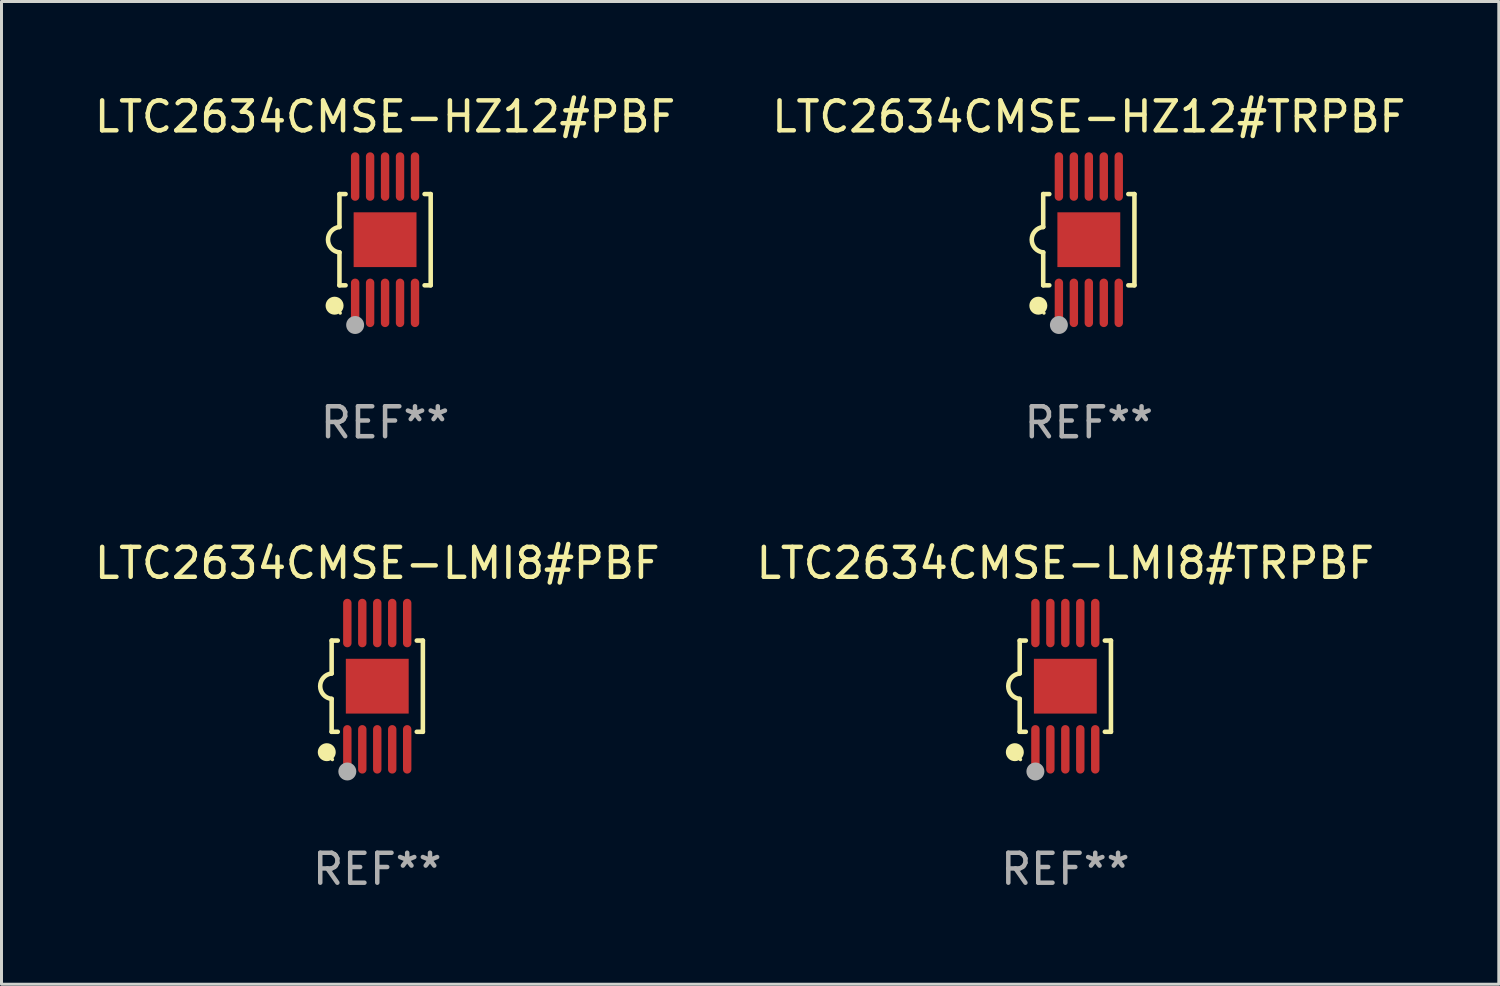
<source format=kicad_pcb>
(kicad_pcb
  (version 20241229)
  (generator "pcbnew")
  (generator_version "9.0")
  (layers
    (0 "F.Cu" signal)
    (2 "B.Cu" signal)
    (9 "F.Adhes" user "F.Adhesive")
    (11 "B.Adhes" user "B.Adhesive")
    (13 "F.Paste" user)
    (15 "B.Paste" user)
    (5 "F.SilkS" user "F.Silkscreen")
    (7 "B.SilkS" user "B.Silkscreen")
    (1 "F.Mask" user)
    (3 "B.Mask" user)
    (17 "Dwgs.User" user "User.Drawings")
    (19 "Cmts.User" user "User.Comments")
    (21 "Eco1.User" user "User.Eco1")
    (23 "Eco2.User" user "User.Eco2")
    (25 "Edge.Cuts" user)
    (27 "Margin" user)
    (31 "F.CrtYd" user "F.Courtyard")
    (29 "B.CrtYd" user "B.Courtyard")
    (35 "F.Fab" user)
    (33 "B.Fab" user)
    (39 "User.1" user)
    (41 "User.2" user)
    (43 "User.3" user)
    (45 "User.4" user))
  (footprint "LTC2634CMSE-LMI8#TRPBF"
    (layer "F.Cu")
    (at 32.542 19.875)
    (property "Reference" "LTC2634CMSE-LMI8#TRPBF" (at 0 -4.11 0) (layer "F.SilkS") (effects (font (size 1 1) (thickness 0.15))))
    (attr through_hole)
    (fp_line (start -1.524 -1.524) (end -1.524 -0.424) (stroke (width 0.152) (type solid)) (layer "F.SilkS"))
    (fp_line (start -1.524 1.524) (end -1.524 0.424) (stroke (width 0.152) (type solid)) (layer "F.SilkS"))
    (fp_line (start -1.524 1.524) (end -1.32 1.524) (stroke (width 0.152) (type solid)) (layer "F.SilkS"))
    (fp_line (start -1.32 -1.524) (end -1.524 -1.524) (stroke (width 0.152) (type solid)) (layer "F.SilkS"))
    (fp_line (start 1.32 1.524) (end 1.524 1.524) (stroke (width 0.152) (type solid)) (layer "F.SilkS"))
    (fp_line (start 1.524 -1.524) (end 1.32 -1.524) (stroke (width 0.152) (type solid)) (layer "F.SilkS"))
    (fp_line (start 1.524 1.524) (end 1.524 -1.524) (stroke (width 0.152) (type solid)) (layer "F.SilkS"))
    (fp_arc (start -1.524003 0.424003) (mid -1.906663 -0.000089) (end -1.524004 -0.424181) (stroke (width 0.151994) (type solid)) (layer "F.SilkS"))
    (fp_circle (center -1.687 2.205) (end -1.537 2.205) (stroke (width 0.3) (type solid)) (fill no) (layer "F.SilkS"))
    (fp_circle (center -1.5 2.45) (end -1.47 2.45) (stroke (width 0.06) (type solid)) (fill no) (layer "F.SilkS"))
    (fp_circle (center -1 2.85) (end -0.85 2.85) (stroke (width 0.3) (type solid)) (fill no) (layer "F.Fab"))
    (fp_text user "REF**" (at 0 6.11 0) (layer "F.Fab") (effects (font (size 1 1) (thickness 0.15))))
    (pad "1" smd oval (at -1 2.11) (size 0.28 1.62) (layers "F.Cu" "F.Mask" "F.Paste"))
    (pad "2" smd oval (at -0.5 2.11) (size 0.28 1.62) (layers "F.Cu" "F.Mask" "F.Paste"))
    (pad "3" smd oval (at 0 2.11) (size 0.28 1.62) (layers "F.Cu" "F.Mask" "F.Paste"))
    (pad "4" smd oval (at 0.5 2.11) (size 0.28 1.62) (layers "F.Cu" "F.Mask" "F.Paste"))
    (pad "5" smd oval (at 1 2.11) (size 0.28 1.62) (layers "F.Cu" "F.Mask" "F.Paste"))
    (pad "6" smd oval (at 1 -2.11) (size 0.28 1.62) (layers "F.Cu" "F.Mask" "F.Paste"))
    (pad "7" smd oval (at 0.5 -2.11) (size 0.28 1.62) (layers "F.Cu" "F.Mask" "F.Paste"))
    (pad "8" smd oval (at 0 -2.11) (size 0.28 1.62) (layers "F.Cu" "F.Mask" "F.Paste"))
    (pad "9" smd oval (at -0.5 -2.11) (size 0.28 1.62) (layers "F.Cu" "F.Mask" "F.Paste"))
    (pad "10" smd oval (at -1 -2.11) (size 0.28 1.62) (layers "F.Cu" "F.Mask" "F.Paste"))
    (pad "11" smd rect (at 0 0) (size 2.1 1.83) (layers "F.Cu" "F.Mask" "F.Paste")))
  (footprint "LTC2634CMSE-HZ12#TRPBF"
    (layer "F.Cu")
    (at 33.327 4.958)
    (property "Reference" "LTC2634CMSE-HZ12#TRPBF" (at 0 -4.11 0) (layer "F.SilkS") (effects (font (size 1 1) (thickness 0.15))))
    (attr through_hole)
    (fp_line (start -1.524 -1.524) (end -1.524 -0.424) (stroke (width 0.152) (type solid)) (layer "F.SilkS"))
    (fp_line (start -1.524 1.524) (end -1.524 0.424) (stroke (width 0.152) (type solid)) (layer "F.SilkS"))
    (fp_line (start -1.524 1.524) (end -1.32 1.524) (stroke (width 0.152) (type solid)) (layer "F.SilkS"))
    (fp_line (start -1.32 -1.524) (end -1.524 -1.524) (stroke (width 0.152) (type solid)) (layer "F.SilkS"))
    (fp_line (start 1.32 1.524) (end 1.524 1.524) (stroke (width 0.152) (type solid)) (layer "F.SilkS"))
    (fp_line (start 1.524 -1.524) (end 1.32 -1.524) (stroke (width 0.152) (type solid)) (layer "F.SilkS"))
    (fp_line (start 1.524 1.524) (end 1.524 -1.524) (stroke (width 0.152) (type solid)) (layer "F.SilkS"))
    (fp_arc (start -1.524003 0.424003) (mid -1.906663 -0.000089) (end -1.524004 -0.424181) (stroke (width 0.151994) (type solid)) (layer "F.SilkS"))
    (fp_circle (center -1.687 2.205) (end -1.537 2.205) (stroke (width 0.3) (type solid)) (fill no) (layer "F.SilkS"))
    (fp_circle (center -1.5 2.45) (end -1.47 2.45) (stroke (width 0.06) (type solid)) (fill no) (layer "F.SilkS"))
    (fp_circle (center -1 2.85) (end -0.85 2.85) (stroke (width 0.3) (type solid)) (fill no) (layer "F.Fab"))
    (fp_text user "REF**" (at 0 6.11 0) (layer "F.Fab") (effects (font (size 1 1) (thickness 0.15))))
    (pad "1" smd oval (at -1 2.11) (size 0.28 1.62) (layers "F.Cu" "F.Mask" "F.Paste"))
    (pad "2" smd oval (at -0.5 2.11) (size 0.28 1.62) (layers "F.Cu" "F.Mask" "F.Paste"))
    (pad "3" smd oval (at 0 2.11) (size 0.28 1.62) (layers "F.Cu" "F.Mask" "F.Paste"))
    (pad "4" smd oval (at 0.5 2.11) (size 0.28 1.62) (layers "F.Cu" "F.Mask" "F.Paste"))
    (pad "5" smd oval (at 1 2.11) (size 0.28 1.62) (layers "F.Cu" "F.Mask" "F.Paste"))
    (pad "6" smd oval (at 1 -2.11) (size 0.28 1.62) (layers "F.Cu" "F.Mask" "F.Paste"))
    (pad "7" smd oval (at 0.5 -2.11) (size 0.28 1.62) (layers "F.Cu" "F.Mask" "F.Paste"))
    (pad "8" smd oval (at 0 -2.11) (size 0.28 1.62) (layers "F.Cu" "F.Mask" "F.Paste"))
    (pad "9" smd oval (at -0.5 -2.11) (size 0.28 1.62) (layers "F.Cu" "F.Mask" "F.Paste"))
    (pad "10" smd oval (at -1 -2.11) (size 0.28 1.62) (layers "F.Cu" "F.Mask" "F.Paste"))
    (pad "11" smd rect (at 0 0) (size 2.1 1.83) (layers "F.Cu" "F.Mask" "F.Paste")))
  (footprint "LTC2634CMSE-LMI8#PBF"
    (layer "F.Cu")
    (at 9.554 19.875)
    (property "Reference" "LTC2634CMSE-LMI8#PBF" (at 0 -4.11 0) (layer "F.SilkS") (effects (font (size 1 1) (thickness 0.15))))
    (attr through_hole)
    (fp_line (start -1.524 -1.524) (end -1.524 -0.424) (stroke (width 0.152) (type solid)) (layer "F.SilkS"))
    (fp_line (start -1.524 1.524) (end -1.524 0.424) (stroke (width 0.152) (type solid)) (layer "F.SilkS"))
    (fp_line (start -1.524 1.524) (end -1.32 1.524) (stroke (width 0.152) (type solid)) (layer "F.SilkS"))
    (fp_line (start -1.32 -1.524) (end -1.524 -1.524) (stroke (width 0.152) (type solid)) (layer "F.SilkS"))
    (fp_line (start 1.32 1.524) (end 1.524 1.524) (stroke (width 0.152) (type solid)) (layer "F.SilkS"))
    (fp_line (start 1.524 -1.524) (end 1.32 -1.524) (stroke (width 0.152) (type solid)) (layer "F.SilkS"))
    (fp_line (start 1.524 1.524) (end 1.524 -1.524) (stroke (width 0.152) (type solid)) (layer "F.SilkS"))
    (fp_arc (start -1.524003 0.424003) (mid -1.906663 -0.000089) (end -1.524004 -0.424181) (stroke (width 0.151994) (type solid)) (layer "F.SilkS"))
    (fp_circle (center -1.687 2.205) (end -1.537 2.205) (stroke (width 0.3) (type solid)) (fill no) (layer "F.SilkS"))
    (fp_circle (center -1.5 2.45) (end -1.47 2.45) (stroke (width 0.06) (type solid)) (fill no) (layer "F.SilkS"))
    (fp_circle (center -1 2.85) (end -0.85 2.85) (stroke (width 0.3) (type solid)) (fill no) (layer "F.Fab"))
    (fp_text user "REF**" (at 0 6.11 0) (layer "F.Fab") (effects (font (size 1 1) (thickness 0.15))))
    (pad "1" smd oval (at -1 2.11) (size 0.28 1.62) (layers "F.Cu" "F.Mask" "F.Paste"))
    (pad "2" smd oval (at -0.5 2.11) (size 0.28 1.62) (layers "F.Cu" "F.Mask" "F.Paste"))
    (pad "3" smd oval (at 0 2.11) (size 0.28 1.62) (layers "F.Cu" "F.Mask" "F.Paste"))
    (pad "4" smd oval (at 0.5 2.11) (size 0.28 1.62) (layers "F.Cu" "F.Mask" "F.Paste"))
    (pad "5" smd oval (at 1 2.11) (size 0.28 1.62) (layers "F.Cu" "F.Mask" "F.Paste"))
    (pad "6" smd oval (at 1 -2.11) (size 0.28 1.62) (layers "F.Cu" "F.Mask" "F.Paste"))
    (pad "7" smd oval (at 0.5 -2.11) (size 0.28 1.62) (layers "F.Cu" "F.Mask" "F.Paste"))
    (pad "8" smd oval (at 0 -2.11) (size 0.28 1.62) (layers "F.Cu" "F.Mask" "F.Paste"))
    (pad "9" smd oval (at -0.5 -2.11) (size 0.28 1.62) (layers "F.Cu" "F.Mask" "F.Paste"))
    (pad "10" smd oval (at -1 -2.11) (size 0.28 1.62) (layers "F.Cu" "F.Mask" "F.Paste"))
    (pad "11" smd rect (at 0 0) (size 2.1 1.83) (layers "F.Cu" "F.Mask" "F.Paste")))
  (footprint "LTC2634CMSE-HZ12#PBF"
    (layer "F.Cu")
    (at 9.815 4.958)
    (property "Reference" "LTC2634CMSE-HZ12#PBF" (at 0 -4.11 0) (layer "F.SilkS") (effects (font (size 1 1) (thickness 0.15))))
    (attr through_hole)
    (fp_line (start -1.524 -1.524) (end -1.524 -0.424) (stroke (width 0.152) (type solid)) (layer "F.SilkS"))
    (fp_line (start -1.524 1.524) (end -1.524 0.424) (stroke (width 0.152) (type solid)) (layer "F.SilkS"))
    (fp_line (start -1.524 1.524) (end -1.32 1.524) (stroke (width 0.152) (type solid)) (layer "F.SilkS"))
    (fp_line (start -1.32 -1.524) (end -1.524 -1.524) (stroke (width 0.152) (type solid)) (layer "F.SilkS"))
    (fp_line (start 1.32 1.524) (end 1.524 1.524) (stroke (width 0.152) (type solid)) (layer "F.SilkS"))
    (fp_line (start 1.524 -1.524) (end 1.32 -1.524) (stroke (width 0.152) (type solid)) (layer "F.SilkS"))
    (fp_line (start 1.524 1.524) (end 1.524 -1.524) (stroke (width 0.152) (type solid)) (layer "F.SilkS"))
    (fp_arc (start -1.524003 0.424003) (mid -1.906663 -0.000089) (end -1.524004 -0.424181) (stroke (width 0.151994) (type solid)) (layer "F.SilkS"))
    (fp_circle (center -1.687 2.205) (end -1.537 2.205) (stroke (width 0.3) (type solid)) (fill no) (layer "F.SilkS"))
    (fp_circle (center -1.5 2.45) (end -1.47 2.45) (stroke (width 0.06) (type solid)) (fill no) (layer "F.SilkS"))
    (fp_circle (center -1 2.85) (end -0.85 2.85) (stroke (width 0.3) (type solid)) (fill no) (layer "F.Fab"))
    (fp_text user "REF**" (at 0 6.11 0) (layer "F.Fab") (effects (font (size 1 1) (thickness 0.15))))
    (pad "1" smd oval (at -1 2.11) (size 0.28 1.62) (layers "F.Cu" "F.Mask" "F.Paste"))
    (pad "2" smd oval (at -0.5 2.11) (size 0.28 1.62) (layers "F.Cu" "F.Mask" "F.Paste"))
    (pad "3" smd oval (at 0 2.11) (size 0.28 1.62) (layers "F.Cu" "F.Mask" "F.Paste"))
    (pad "4" smd oval (at 0.5 2.11) (size 0.28 1.62) (layers "F.Cu" "F.Mask" "F.Paste"))
    (pad "5" smd oval (at 1 2.11) (size 0.28 1.62) (layers "F.Cu" "F.Mask" "F.Paste"))
    (pad "6" smd oval (at 1 -2.11) (size 0.28 1.62) (layers "F.Cu" "F.Mask" "F.Paste"))
    (pad "7" smd oval (at 0.5 -2.11) (size 0.28 1.62) (layers "F.Cu" "F.Mask" "F.Paste"))
    (pad "8" smd oval (at 0 -2.11) (size 0.28 1.62) (layers "F.Cu" "F.Mask" "F.Paste"))
    (pad "9" smd oval (at -0.5 -2.11) (size 0.28 1.62) (layers "F.Cu" "F.Mask" "F.Paste"))
    (pad "10" smd oval (at -1 -2.11) (size 0.28 1.62) (layers "F.Cu" "F.Mask" "F.Paste"))
    (pad "11" smd rect (at 0 0) (size 2.1 1.83) (layers "F.Cu" "F.Mask" "F.Paste")))
  (gr_rect
    (start -3 -3)
    (end 47.024 29.833)
    (stroke (width 0.1) (type default))
    (fill no)
    (layer "Edge.Cuts")))
</source>
